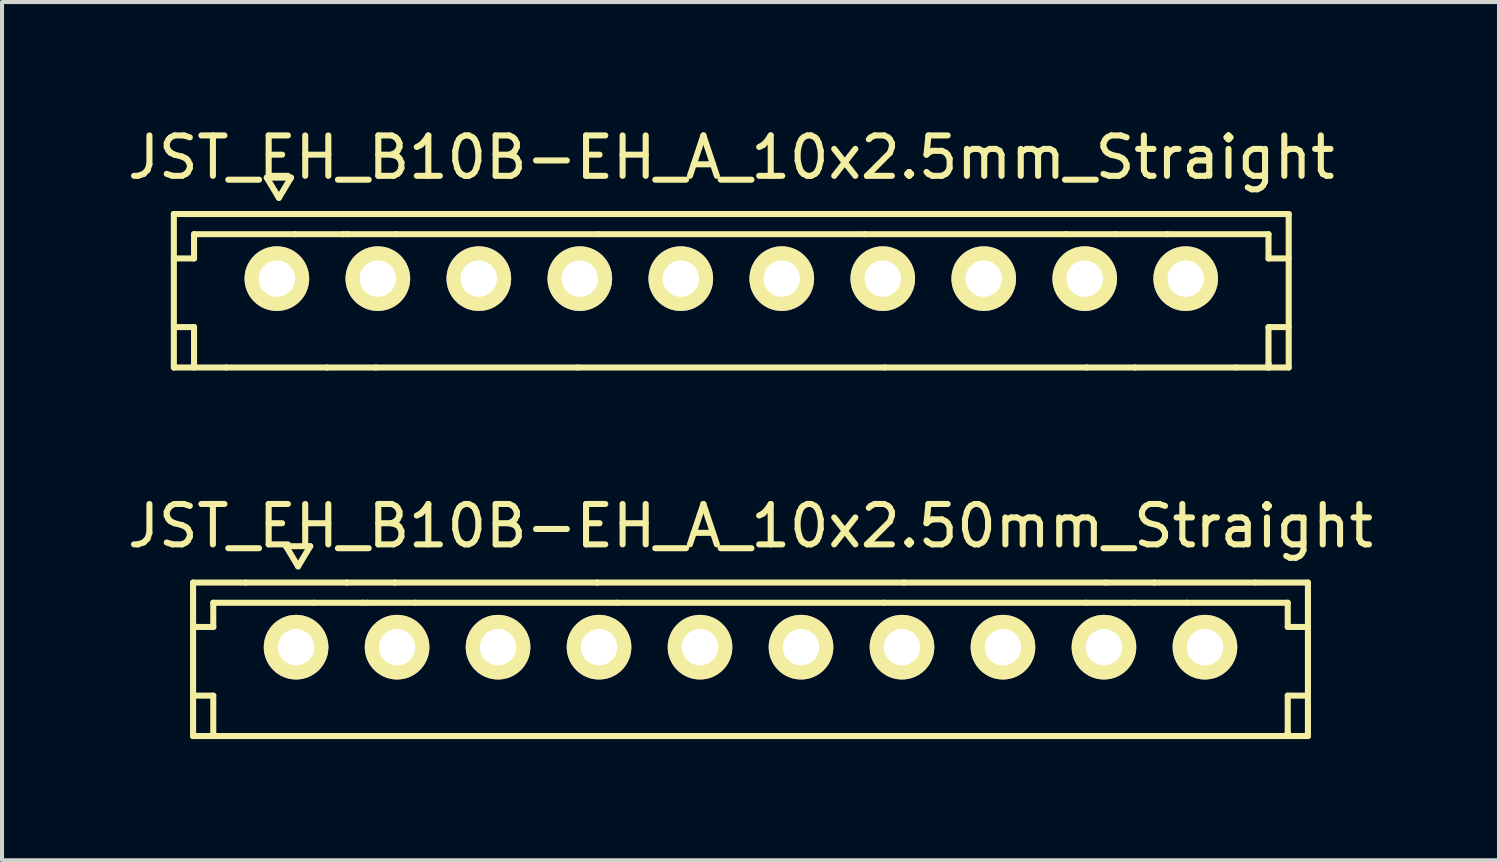
<source format=kicad_pcb>
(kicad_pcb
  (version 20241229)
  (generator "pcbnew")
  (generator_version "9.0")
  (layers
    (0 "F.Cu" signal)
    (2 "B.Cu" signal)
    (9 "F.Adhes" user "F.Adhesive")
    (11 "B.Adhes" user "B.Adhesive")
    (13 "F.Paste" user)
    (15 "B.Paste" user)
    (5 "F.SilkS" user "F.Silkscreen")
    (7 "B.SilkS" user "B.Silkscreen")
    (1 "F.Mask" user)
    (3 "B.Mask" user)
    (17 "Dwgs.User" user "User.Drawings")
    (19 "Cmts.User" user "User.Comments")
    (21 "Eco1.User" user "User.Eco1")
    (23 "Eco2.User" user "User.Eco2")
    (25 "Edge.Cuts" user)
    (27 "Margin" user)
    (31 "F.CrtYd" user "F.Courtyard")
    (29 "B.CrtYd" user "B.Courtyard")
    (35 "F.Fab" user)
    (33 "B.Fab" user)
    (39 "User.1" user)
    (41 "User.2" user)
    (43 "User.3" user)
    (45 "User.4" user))
  (footprint "JST_EH_B10B-EH_A_10x2.5mm_Straight"
    (layer "F.Cu")
    (at 15.054 3.848)
    (property "Reference" "JST_EH_B10B-EH_A_10x2.5mm_Straight" (at 0 -3 0) (layer "F.SilkS") (effects (font (size 1 1) (thickness 0.15))))
    (attr through_hole)
    (fp_line (start -13.8 -1.6) (end -13.8 2.2) (stroke (width 0.15) (type solid)) (layer "F.SilkS"))
    (fp_line (start -13.8 -1.6) (end -12.5 -1.6) (stroke (width 0.15) (type solid)) (layer "F.SilkS"))
    (fp_line (start -13.8 2.2) (end -12.5 2.2) (stroke (width 0.15) (type solid)) (layer "F.SilkS"))
    (fp_line (start -13.3 -1.1) (end -13.3 -0.5) (stroke (width 0.15) (type solid)) (layer "F.SilkS"))
    (fp_line (start -13.3 -1.1) (end -10.8 -1.1) (stroke (width 0.15) (type solid)) (layer "F.SilkS"))
    (fp_line (start -13.3 -0.5) (end -13.8 -0.5) (stroke (width 0.15) (type solid)) (layer "F.SilkS"))
    (fp_line (start -13.3 1.2) (end -13.8 1.2) (stroke (width 0.15) (type solid)) (layer "F.SilkS"))
    (fp_line (start -13.3 1.2) (end -13.3 2.2) (stroke (width 0.15) (type solid)) (layer "F.SilkS"))
    (fp_line (start -11.5 -2.5) (end -11.2 -2) (stroke (width 0.15) (type solid)) (layer "F.SilkS"))
    (fp_line (start -11.2 -2) (end -10.9 -2.5) (stroke (width 0.15) (type solid)) (layer "F.SilkS"))
    (fp_line (start -10.9 -2.5) (end -11.5 -2.5) (stroke (width 0.15) (type solid)) (layer "F.SilkS"))
    (fp_line (start -10 -1.6) (end -12.5 -1.6) (stroke (width 0.15) (type solid)) (layer "F.SilkS"))
    (fp_line (start -10 2.2) (end -12.5 2.2) (stroke (width 0.15) (type solid)) (layer "F.SilkS"))
    (fp_line (start -9.6 -1.1) (end -10.8 -1.1) (stroke (width 0.15) (type solid)) (layer "F.SilkS"))
    (fp_line (start -9.5 -1.1) (end -9.6 -1.1) (stroke (width 0.15) (type solid)) (layer "F.SilkS"))
    (fp_line (start -9.5 -1.1) (end -8.3 -1.1) (stroke (width 0.15) (type solid)) (layer "F.SilkS"))
    (fp_line (start -8.8 -1.6) (end -10 -1.6) (stroke (width 0.15) (type solid)) (layer "F.SilkS"))
    (fp_line (start -8.8 -1.6) (end -3.8 -1.6) (stroke (width 0.15) (type solid)) (layer "F.SilkS"))
    (fp_line (start -8.8 2.2) (end -10 2.2) (stroke (width 0.15) (type solid)) (layer "F.SilkS"))
    (fp_line (start -8.8 2.2) (end -3.8 2.2) (stroke (width 0.15) (type solid)) (layer "F.SilkS"))
    (fp_line (start -3.8 -1.6) (end 3.8 -1.6) (stroke (width 0.15) (type solid)) (layer "F.SilkS"))
    (fp_line (start -3.3 -1.1) (end -8.3 -1.1) (stroke (width 0.15) (type solid)) (layer "F.SilkS"))
    (fp_line (start 3.3 -1.1) (end -3.3 -1.1) (stroke (width 0.15) (type solid)) (layer "F.SilkS"))
    (fp_line (start 3.8 -1.6) (end 8.8 -1.6) (stroke (width 0.15) (type solid)) (layer "F.SilkS"))
    (fp_line (start 3.8 2.2) (end -3.8 2.2) (stroke (width 0.15) (type solid)) (layer "F.SilkS"))
    (fp_line (start 3.8 2.2) (end 8.8 2.2) (stroke (width 0.15) (type solid)) (layer "F.SilkS"))
    (fp_line (start 8.3 -1.1) (end 3.3 -1.1) (stroke (width 0.15) (type solid)) (layer "F.SilkS"))
    (fp_line (start 8.3 -1.1) (end 9.5 -1.1) (stroke (width 0.15) (type solid)) (layer "F.SilkS"))
    (fp_line (start 9.5 -1.1) (end 10.8 -1.1) (stroke (width 0.15) (type solid)) (layer "F.SilkS"))
    (fp_line (start 10 -1.6) (end 8.8 -1.6) (stroke (width 0.15) (type solid)) (layer "F.SilkS"))
    (fp_line (start 10 2.2) (end 8.8 2.2) (stroke (width 0.15) (type solid)) (layer "F.SilkS"))
    (fp_line (start 10.8 -1.1) (end 13.3 -1.1) (stroke (width 0.15) (type solid)) (layer "F.SilkS"))
    (fp_line (start 12.5 -1.6) (end 10 -1.6) (stroke (width 0.15) (type solid)) (layer "F.SilkS"))
    (fp_line (start 12.5 2.2) (end 10 2.2) (stroke (width 0.15) (type solid)) (layer "F.SilkS"))
    (fp_line (start 13.3 -1.1) (end 13.3 -0.5) (stroke (width 0.15) (type solid)) (layer "F.SilkS"))
    (fp_line (start 13.3 1.2) (end 13.3 2.2) (stroke (width 0.15) (type solid)) (layer "F.SilkS"))
    (fp_line (start 13.3 1.2) (end 13.8 1.2) (stroke (width 0.15) (type solid)) (layer "F.SilkS"))
    (fp_line (start 13.3 2.2) (end 13.3 2.1) (stroke (width 0.15) (type solid)) (layer "F.SilkS"))
    (fp_line (start 13.8 -1.6) (end 12.5 -1.6) (stroke (width 0.15) (type solid)) (layer "F.SilkS"))
    (fp_line (start 13.8 -1.6) (end 13.8 2.2) (stroke (width 0.15) (type solid)) (layer "F.SilkS"))
    (fp_line (start 13.8 -0.5) (end 13.3 -0.5) (stroke (width 0.15) (type solid)) (layer "F.SilkS"))
    (fp_line (start 13.8 2.2) (end 12.5 2.2) (stroke (width 0.15) (type solid)) (layer "F.SilkS"))
    (pad "1" thru_hole circle (at -11.25 0) (size 1.6 1.6) (drill 0.9) (layers "*.Cu" "*.Mask" "F.SilkS"))
    (pad "2" thru_hole circle (at -8.75 0) (size 1.6 1.6) (drill 0.9) (layers "*.Cu" "*.Mask" "F.SilkS"))
    (pad "3" thru_hole circle (at -6.25 0) (size 1.6 1.6) (drill 0.9) (layers "*.Cu" "*.Mask" "F.SilkS"))
    (pad "4" thru_hole circle (at -3.75 0) (size 1.6 1.6) (drill 0.9) (layers "*.Cu" "*.Mask" "F.SilkS"))
    (pad "5" thru_hole circle (at -1.25 0) (size 1.6 1.6) (drill 0.9) (layers "*.Cu" "*.Mask" "F.SilkS"))
    (pad "6" thru_hole circle (at 1.25 0) (size 1.6 1.6) (drill 0.9) (layers "*.Cu" "*.Mask" "F.SilkS"))
    (pad "7" thru_hole circle (at 3.75 0) (size 1.6 1.6) (drill 0.9) (layers "*.Cu" "*.Mask" "F.SilkS"))
    (pad "8" thru_hole circle (at 6.25 0) (size 1.6 1.6) (drill 0.9) (layers "*.Cu" "*.Mask" "F.SilkS"))
    (pad "9" thru_hole circle (at 8.75 0) (size 1.6 1.6) (drill 0.9) (layers "*.Cu" "*.Mask" "F.SilkS"))
    (pad "10" thru_hole circle (at 11.25 0) (size 1.6 1.6) (drill 0.9) (layers "*.Cu" "*.Mask" "F.SilkS")))
  (footprint "JST_EH_B10B-EH_A_10x2.50mm_Straight"
    (layer "F.Cu")
    (at 15.53 12.972)
    (property "Reference" "JST_EH_B10B-EH_A_10x2.50mm_Straight" (at 0 -3 0) (layer "F.SilkS") (effects (font (size 1 1) (thickness 0.15))))
    (attr through_hole)
    (fp_line (start -13.8 -1.6) (end -13.8 2.2) (stroke (width 0.15) (type solid)) (layer "F.SilkS"))
    (fp_line (start -13.8 -1.6) (end -12.5 -1.6) (stroke (width 0.15) (type solid)) (layer "F.SilkS"))
    (fp_line (start -13.8 2.2) (end -12.5 2.2) (stroke (width 0.15) (type solid)) (layer "F.SilkS"))
    (fp_line (start -13.3 -1.1) (end -13.3 -0.5) (stroke (width 0.15) (type solid)) (layer "F.SilkS"))
    (fp_line (start -13.3 -1.1) (end -10.8 -1.1) (stroke (width 0.15) (type solid)) (layer "F.SilkS"))
    (fp_line (start -13.3 -0.5) (end -13.8 -0.5) (stroke (width 0.15) (type solid)) (layer "F.SilkS"))
    (fp_line (start -13.3 1.2) (end -13.8 1.2) (stroke (width 0.15) (type solid)) (layer "F.SilkS"))
    (fp_line (start -13.3 1.2) (end -13.3 2.2) (stroke (width 0.15) (type solid)) (layer "F.SilkS"))
    (fp_line (start -11.5 -2.5) (end -11.2 -2) (stroke (width 0.15) (type solid)) (layer "F.SilkS"))
    (fp_line (start -11.2 -2) (end -10.9 -2.5) (stroke (width 0.15) (type solid)) (layer "F.SilkS"))
    (fp_line (start -10.9 -2.5) (end -11.5 -2.5) (stroke (width 0.15) (type solid)) (layer "F.SilkS"))
    (fp_line (start -10 -1.6) (end -12.5 -1.6) (stroke (width 0.15) (type solid)) (layer "F.SilkS"))
    (fp_line (start -10 2.2) (end -12.5 2.2) (stroke (width 0.15) (type solid)) (layer "F.SilkS"))
    (fp_line (start -9.6 -1.1) (end -10.8 -1.1) (stroke (width 0.15) (type solid)) (layer "F.SilkS"))
    (fp_line (start -9.5 -1.1) (end -9.6 -1.1) (stroke (width 0.15) (type solid)) (layer "F.SilkS"))
    (fp_line (start -9.5 -1.1) (end -8.3 -1.1) (stroke (width 0.15) (type solid)) (layer "F.SilkS"))
    (fp_line (start -8.8 -1.6) (end -10 -1.6) (stroke (width 0.15) (type solid)) (layer "F.SilkS"))
    (fp_line (start -8.8 -1.6) (end -3.8 -1.6) (stroke (width 0.15) (type solid)) (layer "F.SilkS"))
    (fp_line (start -8.8 2.2) (end -10 2.2) (stroke (width 0.15) (type solid)) (layer "F.SilkS"))
    (fp_line (start -8.8 2.2) (end -3.8 2.2) (stroke (width 0.15) (type solid)) (layer "F.SilkS"))
    (fp_line (start -3.8 -1.6) (end 3.8 -1.6) (stroke (width 0.15) (type solid)) (layer "F.SilkS"))
    (fp_line (start -3.3 -1.1) (end -8.3 -1.1) (stroke (width 0.15) (type solid)) (layer "F.SilkS"))
    (fp_line (start 3.3 -1.1) (end -3.3 -1.1) (stroke (width 0.15) (type solid)) (layer "F.SilkS"))
    (fp_line (start 3.8 -1.6) (end 8.8 -1.6) (stroke (width 0.15) (type solid)) (layer "F.SilkS"))
    (fp_line (start 3.8 2.2) (end -3.8 2.2) (stroke (width 0.15) (type solid)) (layer "F.SilkS"))
    (fp_line (start 3.8 2.2) (end 8.8 2.2) (stroke (width 0.15) (type solid)) (layer "F.SilkS"))
    (fp_line (start 8.3 -1.1) (end 3.3 -1.1) (stroke (width 0.15) (type solid)) (layer "F.SilkS"))
    (fp_line (start 8.3 -1.1) (end 9.5 -1.1) (stroke (width 0.15) (type solid)) (layer "F.SilkS"))
    (fp_line (start 9.5 -1.1) (end 10.8 -1.1) (stroke (width 0.15) (type solid)) (layer "F.SilkS"))
    (fp_line (start 10 -1.6) (end 8.8 -1.6) (stroke (width 0.15) (type solid)) (layer "F.SilkS"))
    (fp_line (start 10 2.2) (end 8.8 2.2) (stroke (width 0.15) (type solid)) (layer "F.SilkS"))
    (fp_line (start 10.8 -1.1) (end 13.3 -1.1) (stroke (width 0.15) (type solid)) (layer "F.SilkS"))
    (fp_line (start 12.5 -1.6) (end 10 -1.6) (stroke (width 0.15) (type solid)) (layer "F.SilkS"))
    (fp_line (start 12.5 2.2) (end 10 2.2) (stroke (width 0.15) (type solid)) (layer "F.SilkS"))
    (fp_line (start 13.3 -1.1) (end 13.3 -0.5) (stroke (width 0.15) (type solid)) (layer "F.SilkS"))
    (fp_line (start 13.3 1.2) (end 13.3 2.2) (stroke (width 0.15) (type solid)) (layer "F.SilkS"))
    (fp_line (start 13.3 1.2) (end 13.8 1.2) (stroke (width 0.15) (type solid)) (layer "F.SilkS"))
    (fp_line (start 13.3 2.2) (end 13.3 2.1) (stroke (width 0.15) (type solid)) (layer "F.SilkS"))
    (fp_line (start 13.8 -1.6) (end 12.5 -1.6) (stroke (width 0.15) (type solid)) (layer "F.SilkS"))
    (fp_line (start 13.8 -1.6) (end 13.8 2.2) (stroke (width 0.15) (type solid)) (layer "F.SilkS"))
    (fp_line (start 13.8 -0.5) (end 13.3 -0.5) (stroke (width 0.15) (type solid)) (layer "F.SilkS"))
    (fp_line (start 13.8 2.2) (end 12.5 2.2) (stroke (width 0.15) (type solid)) (layer "F.SilkS"))
    (pad "1" thru_hole circle (at -11.25 0) (size 1.6 1.6) (drill 0.9) (layers "*.Cu" "*.Mask" "F.SilkS"))
    (pad "2" thru_hole circle (at -8.75 0) (size 1.6 1.6) (drill 0.9) (layers "*.Cu" "*.Mask" "F.SilkS"))
    (pad "3" thru_hole circle (at -6.25 0) (size 1.6 1.6) (drill 0.9) (layers "*.Cu" "*.Mask" "F.SilkS"))
    (pad "4" thru_hole circle (at -3.75 0) (size 1.6 1.6) (drill 0.9) (layers "*.Cu" "*.Mask" "F.SilkS"))
    (pad "5" thru_hole circle (at -1.25 0) (size 1.6 1.6) (drill 0.9) (layers "*.Cu" "*.Mask" "F.SilkS"))
    (pad "6" thru_hole circle (at 1.25 0) (size 1.6 1.6) (drill 0.9) (layers "*.Cu" "*.Mask" "F.SilkS"))
    (pad "7" thru_hole circle (at 3.75 0) (size 1.6 1.6) (drill 0.9) (layers "*.Cu" "*.Mask" "F.SilkS"))
    (pad "8" thru_hole circle (at 6.25 0) (size 1.6 1.6) (drill 0.9) (layers "*.Cu" "*.Mask" "F.SilkS"))
    (pad "9" thru_hole circle (at 8.75 0) (size 1.6 1.6) (drill 0.9) (layers "*.Cu" "*.Mask" "F.SilkS"))
    (pad "10" thru_hole circle (at 11.25 0) (size 1.6 1.6) (drill 0.9) (layers "*.Cu" "*.Mask" "F.SilkS")))
  (gr_rect
    (start -3 -3)
    (end 34.06 18.247)
    (stroke (width 0.1) (type default))
    (fill no)
    (layer "Edge.Cuts")))
</source>
